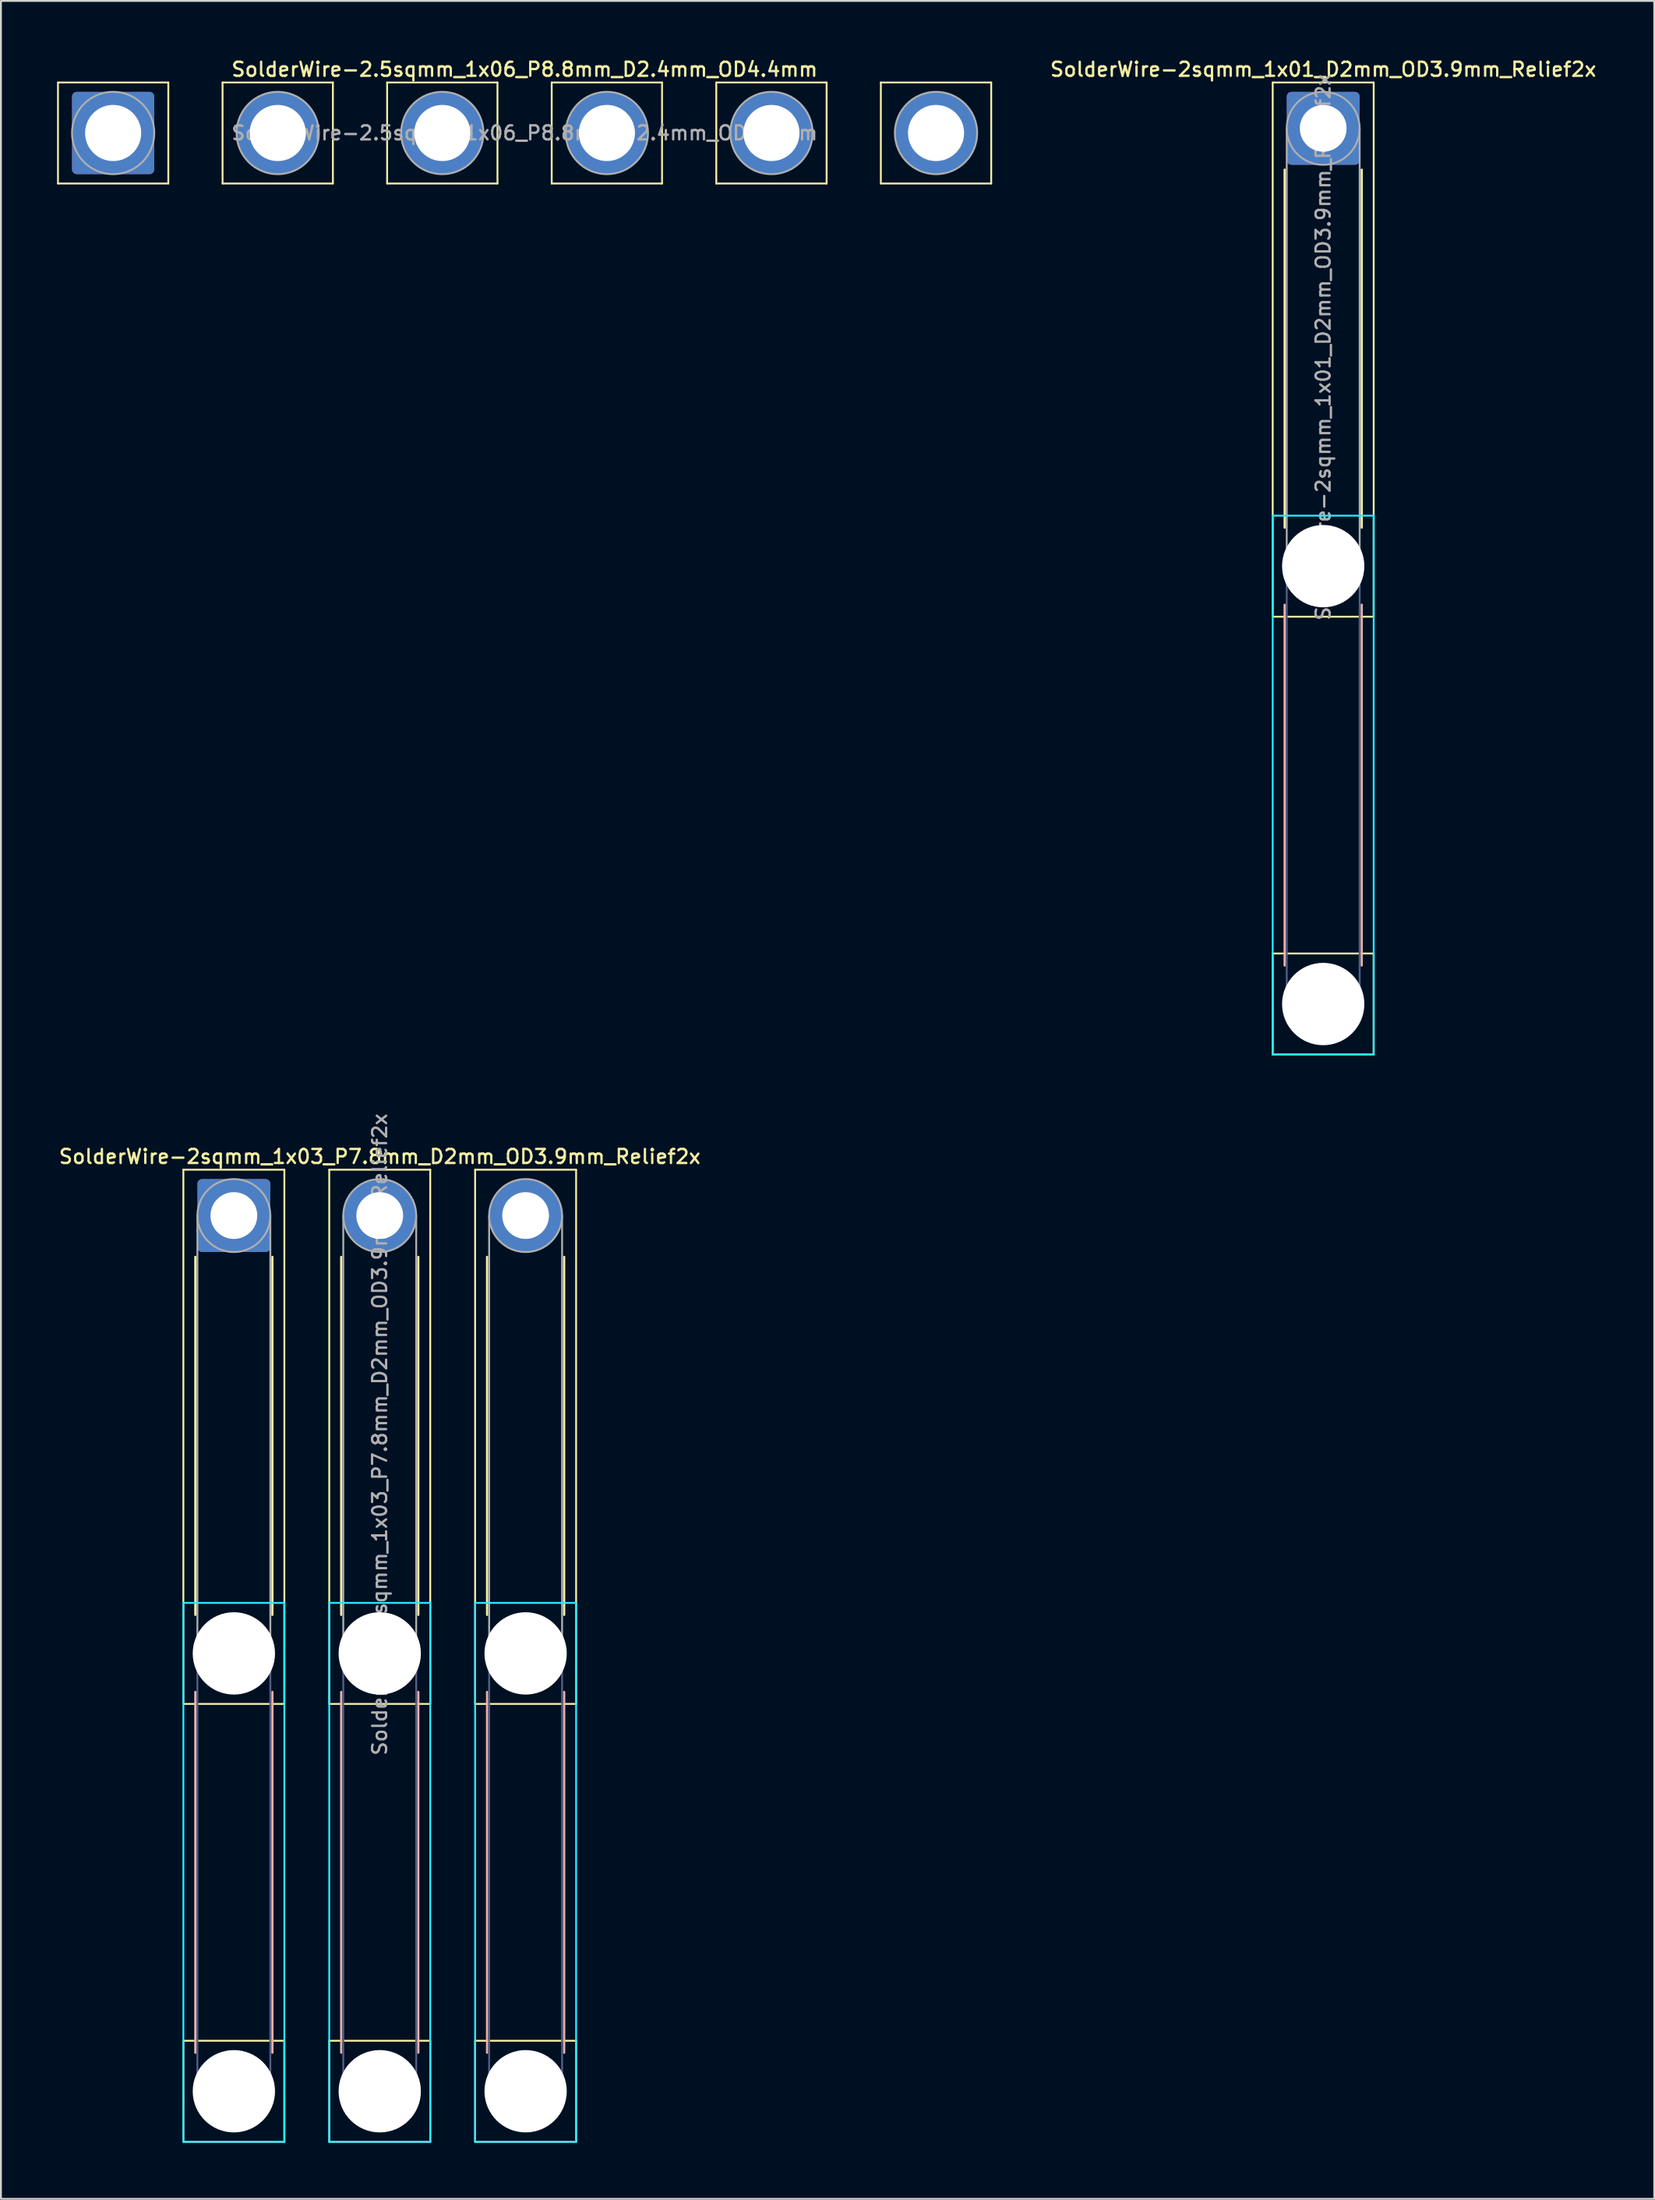
<source format=kicad_pcb>
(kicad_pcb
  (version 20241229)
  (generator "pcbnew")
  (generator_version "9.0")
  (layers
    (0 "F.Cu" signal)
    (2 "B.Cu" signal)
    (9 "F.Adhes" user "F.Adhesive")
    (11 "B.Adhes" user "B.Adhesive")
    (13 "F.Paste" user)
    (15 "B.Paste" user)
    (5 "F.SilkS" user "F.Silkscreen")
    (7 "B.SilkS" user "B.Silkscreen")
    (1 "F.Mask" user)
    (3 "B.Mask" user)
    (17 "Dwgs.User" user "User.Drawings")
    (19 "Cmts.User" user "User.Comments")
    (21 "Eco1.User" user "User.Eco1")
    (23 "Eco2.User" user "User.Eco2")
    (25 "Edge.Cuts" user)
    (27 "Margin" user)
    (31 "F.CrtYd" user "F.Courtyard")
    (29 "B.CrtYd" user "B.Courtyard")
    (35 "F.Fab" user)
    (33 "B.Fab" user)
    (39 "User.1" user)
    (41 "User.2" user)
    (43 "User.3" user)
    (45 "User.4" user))
  (footprint "SolderWire-2sqmm_1x01_D2mm_OD3.9mm_Relief2x"
    (layer "F.Cu")
    (at 67.702 3.808)
    (property "Reference" "SolderWire-2sqmm_1x01_D2mm_OD3.9mm_Relief2x" (at 0 -3.15 0) (layer "F.SilkS") (effects (font (size 0.75 0.75) (thickness 0.125))))
    (attr exclude_from_pos_files exclude_from_bom)
    (fp_line (start -2.7 -2.45) (end -2.7 26.1) (stroke (width 0.1) (type solid)) (layer "F.SilkS"))
    (fp_line (start -2.7 26.1) (end 2.7 26.1) (stroke (width 0.1) (type solid)) (layer "F.SilkS"))
    (fp_line (start -2.7 44.1) (end -2.7 49.5) (stroke (width 0.1) (type solid)) (layer "F.SilkS"))
    (fp_line (start -2.7 49.5) (end 2.7 49.5) (stroke (width 0.1) (type solid)) (layer "F.SilkS"))
    (fp_line (start -2.06 2.21) (end -2.06 21.34) (stroke (width 0.12) (type solid)) (layer "F.SilkS"))
    (fp_line (start 2.06 2.21) (end 2.06 21.34) (stroke (width 0.12) (type solid)) (layer "F.SilkS"))
    (fp_line (start 2.7 -2.45) (end -2.7 -2.45) (stroke (width 0.1) (type solid)) (layer "F.SilkS"))
    (fp_line (start 2.7 26.1) (end 2.7 -2.45) (stroke (width 0.1) (type solid)) (layer "F.SilkS"))
    (fp_line (start 2.7 44.1) (end -2.7 44.1) (stroke (width 0.1) (type solid)) (layer "F.SilkS"))
    (fp_line (start 2.7 49.5) (end 2.7 44.1) (stroke (width 0.1) (type solid)) (layer "F.SilkS"))
    (fp_line (start -2.06 25.46) (end -2.06 44.74) (stroke (width 0.12) (type solid)) (layer "B.SilkS"))
    (fp_line (start 2.06 25.46) (end 2.06 44.74) (stroke (width 0.12) (type solid)) (layer "B.SilkS"))
    (fp_line (start -2.7 20.7) (end -2.7 49.5) (stroke (width 0.1) (type solid)) (layer "B.CrtYd"))
    (fp_line (start -2.7 49.5) (end 2.7 49.5) (stroke (width 0.1) (type solid)) (layer "B.CrtYd"))
    (fp_line (start 2.7 20.7) (end -2.7 20.7) (stroke (width 0.1) (type solid)) (layer "B.CrtYd"))
    (fp_line (start 2.7 49.5) (end 2.7 20.7) (stroke (width 0.1) (type solid)) (layer "B.CrtYd"))
    (fp_line (start -1.95 23.4) (end -1.95 46.8) (stroke (width 0.1) (type solid)) (layer "B.Fab"))
    (fp_line (start 1.95 23.4) (end 1.95 46.8) (stroke (width 0.1) (type solid)) (layer "B.Fab"))
    (fp_circle (center 0 23.4) (end 1.95 23.4) (stroke (width 0.1) (type solid)) (fill no) (layer "B.Fab"))
    (fp_circle (center 0 46.8) (end 1.95 46.8) (stroke (width 0.1) (type solid)) (fill no) (layer "B.Fab"))
    (fp_line (start -1.95 0) (end -1.95 23.4) (stroke (width 0.1) (type solid)) (layer "F.Fab"))
    (fp_line (start 1.95 0) (end 1.95 23.4) (stroke (width 0.1) (type solid)) (layer "F.Fab"))
    (fp_circle (center 0 0) (end 1.95 0) (stroke (width 0.1) (type solid)) (fill no) (layer "F.Fab"))
    (fp_circle (center 0 23.4) (end 1.95 23.4) (stroke (width 0.1) (type solid)) (fill no) (layer "F.Fab"))
    (fp_circle (center 0 46.8) (end 1.95 46.8) (stroke (width 0.1) (type solid)) (fill no) (layer "F.Fab"))
    (fp_text user "${REFERENCE}" (at 0 11.7 90) (layer "F.Fab") (effects (font (size 0.75 0.75) (thickness 0.125))))
    (pad "" np_thru_hole circle (at 0 23.4) (size 4.4 4.4) (drill 4.4) (layers "*.Cu" "*.Mask"))
    (pad "" np_thru_hole circle (at 0 46.8) (size 4.4 4.4) (drill 4.4) (layers "*.Cu" "*.Mask"))
    (pad "1" thru_hole roundrect (at 0 0) (size 3.9 3.9) (drill 2.5) (layers "*.Cu" "*.Mask") (roundrect_rratio 0.064)))
  (footprint "SolderWire-2.5sqmm_1x06_P8.8mm_D2.4mm_OD4.4mm"
    (layer "F.Cu")
    (at 3 4.058)
    (property "Reference" "SolderWire-2.5sqmm_1x06_P8.8mm_D2.4mm_OD4.4mm" (at 22 -3.4 0) (layer "F.SilkS") (effects (font (size 0.75 0.75) (thickness 0.125))))
    (attr exclude_from_pos_files exclude_from_bom)
    (fp_line (start -2.95 -2.7) (end -2.95 2.7) (stroke (width 0.1) (type solid)) (layer "F.SilkS"))
    (fp_line (start -2.95 2.7) (end 2.95 2.7) (stroke (width 0.1) (type solid)) (layer "F.SilkS"))
    (fp_line (start 2.95 -2.7) (end -2.95 -2.7) (stroke (width 0.1) (type solid)) (layer "F.SilkS"))
    (fp_line (start 2.95 2.7) (end 2.95 -2.7) (stroke (width 0.1) (type solid)) (layer "F.SilkS"))
    (fp_line (start 5.85 -2.7) (end 5.85 2.7) (stroke (width 0.1) (type solid)) (layer "F.SilkS"))
    (fp_line (start 5.85 2.7) (end 11.75 2.7) (stroke (width 0.1) (type solid)) (layer "F.SilkS"))
    (fp_line (start 11.75 -2.7) (end 5.85 -2.7) (stroke (width 0.1) (type solid)) (layer "F.SilkS"))
    (fp_line (start 11.75 2.7) (end 11.75 -2.7) (stroke (width 0.1) (type solid)) (layer "F.SilkS"))
    (fp_line (start 14.65 -2.7) (end 14.65 2.7) (stroke (width 0.1) (type solid)) (layer "F.SilkS"))
    (fp_line (start 14.65 2.7) (end 20.55 2.7) (stroke (width 0.1) (type solid)) (layer "F.SilkS"))
    (fp_line (start 20.55 -2.7) (end 14.65 -2.7) (stroke (width 0.1) (type solid)) (layer "F.SilkS"))
    (fp_line (start 20.55 2.7) (end 20.55 -2.7) (stroke (width 0.1) (type solid)) (layer "F.SilkS"))
    (fp_line (start 23.45 -2.7) (end 23.45 2.7) (stroke (width 0.1) (type solid)) (layer "F.SilkS"))
    (fp_line (start 23.45 2.7) (end 29.35 2.7) (stroke (width 0.1) (type solid)) (layer "F.SilkS"))
    (fp_line (start 29.35 -2.7) (end 23.45 -2.7) (stroke (width 0.1) (type solid)) (layer "F.SilkS"))
    (fp_line (start 29.35 2.7) (end 29.35 -2.7) (stroke (width 0.1) (type solid)) (layer "F.SilkS"))
    (fp_line (start 32.25 -2.7) (end 32.25 2.7) (stroke (width 0.1) (type solid)) (layer "F.SilkS"))
    (fp_line (start 32.25 2.7) (end 38.15 2.7) (stroke (width 0.1) (type solid)) (layer "F.SilkS"))
    (fp_line (start 38.15 -2.7) (end 32.25 -2.7) (stroke (width 0.1) (type solid)) (layer "F.SilkS"))
    (fp_line (start 38.15 2.7) (end 38.15 -2.7) (stroke (width 0.1) (type solid)) (layer "F.SilkS"))
    (fp_line (start 41.05 -2.7) (end 41.05 2.7) (stroke (width 0.1) (type solid)) (layer "F.SilkS"))
    (fp_line (start 41.05 2.7) (end 46.95 2.7) (stroke (width 0.1) (type solid)) (layer "F.SilkS"))
    (fp_line (start 46.95 -2.7) (end 41.05 -2.7) (stroke (width 0.1) (type solid)) (layer "F.SilkS"))
    (fp_line (start 46.95 2.7) (end 46.95 -2.7) (stroke (width 0.1) (type solid)) (layer "F.SilkS"))
    (fp_circle (center 0 0) (end 2.2 0) (stroke (width 0.1) (type solid)) (fill no) (layer "F.Fab"))
    (fp_circle (center 8.8 0) (end 11 0) (stroke (width 0.1) (type solid)) (fill no) (layer "F.Fab"))
    (fp_circle (center 17.6 0) (end 19.8 0) (stroke (width 0.1) (type solid)) (fill no) (layer "F.Fab"))
    (fp_circle (center 26.4 0) (end 28.6 0) (stroke (width 0.1) (type solid)) (fill no) (layer "F.Fab"))
    (fp_circle (center 35.2 0) (end 37.4 0) (stroke (width 0.1) (type solid)) (fill no) (layer "F.Fab"))
    (fp_circle (center 44 0) (end 46.2 0) (stroke (width 0.1) (type solid)) (fill no) (layer "F.Fab"))
    (fp_text user "${REFERENCE}" (at 22 0 0) (layer "F.Fab") (effects (font (size 0.75 0.75) (thickness 0.125))))
    (pad "1" thru_hole roundrect (at 0 0) (size 4.4 4.4) (drill 3) (layers "*.Cu" "*.Mask") (roundrect_rratio 0.057))
    (pad "2" thru_hole circle (at 8.8 0) (size 4.4 4.4) (drill 3) (layers "*.Cu" "*.Mask"))
    (pad "3" thru_hole circle (at 17.6 0) (size 4.4 4.4) (drill 3) (layers "*.Cu" "*.Mask"))
    (pad "4" thru_hole circle (at 26.4 0) (size 4.4 4.4) (drill 3) (layers "*.Cu" "*.Mask"))
    (pad "5" thru_hole circle (at 35.2 0) (size 4.4 4.4) (drill 3) (layers "*.Cu" "*.Mask"))
    (pad "6" thru_hole circle (at 44 0) (size 4.4 4.4) (drill 3) (layers "*.Cu" "*.Mask")))
  (footprint "SolderWire-2sqmm_1x03_P7.8mm_D2mm_OD3.9mm_Relief2x"
    (layer "F.Cu")
    (at 9.455 61.913)
    (property "Reference" "SolderWire-2sqmm_1x03_P7.8mm_D2mm_OD3.9mm_Relief2x" (at 7.8 -3.15 0) (layer "F.SilkS") (effects (font (size 0.75 0.75) (thickness 0.125))))
    (attr exclude_from_pos_files exclude_from_bom)
    (fp_line (start -2.7 -2.45) (end -2.7 26.1) (stroke (width 0.1) (type solid)) (layer "F.SilkS"))
    (fp_line (start -2.7 26.1) (end 2.7 26.1) (stroke (width 0.1) (type solid)) (layer "F.SilkS"))
    (fp_line (start -2.7 44.1) (end -2.7 49.5) (stroke (width 0.1) (type solid)) (layer "F.SilkS"))
    (fp_line (start -2.7 49.5) (end 2.7 49.5) (stroke (width 0.1) (type solid)) (layer "F.SilkS"))
    (fp_line (start -2.06 2.21) (end -2.06 21.34) (stroke (width 0.12) (type solid)) (layer "F.SilkS"))
    (fp_line (start 2.06 2.21) (end 2.06 21.34) (stroke (width 0.12) (type solid)) (layer "F.SilkS"))
    (fp_line (start 2.7 -2.45) (end -2.7 -2.45) (stroke (width 0.1) (type solid)) (layer "F.SilkS"))
    (fp_line (start 2.7 26.1) (end 2.7 -2.45) (stroke (width 0.1) (type solid)) (layer "F.SilkS"))
    (fp_line (start 2.7 44.1) (end -2.7 44.1) (stroke (width 0.1) (type solid)) (layer "F.SilkS"))
    (fp_line (start 2.7 49.5) (end 2.7 44.1) (stroke (width 0.1) (type solid)) (layer "F.SilkS"))
    (fp_line (start 5.1 -2.45) (end 5.1 26.1) (stroke (width 0.1) (type solid)) (layer "F.SilkS"))
    (fp_line (start 5.1 26.1) (end 10.5 26.1) (stroke (width 0.1) (type solid)) (layer "F.SilkS"))
    (fp_line (start 5.1 44.1) (end 5.1 49.5) (stroke (width 0.1) (type solid)) (layer "F.SilkS"))
    (fp_line (start 5.1 49.5) (end 10.5 49.5) (stroke (width 0.1) (type solid)) (layer "F.SilkS"))
    (fp_line (start 5.74 2.21) (end 5.74 21.34) (stroke (width 0.12) (type solid)) (layer "F.SilkS"))
    (fp_line (start 9.86 2.21) (end 9.86 21.34) (stroke (width 0.12) (type solid)) (layer "F.SilkS"))
    (fp_line (start 10.5 -2.45) (end 5.1 -2.45) (stroke (width 0.1) (type solid)) (layer "F.SilkS"))
    (fp_line (start 10.5 26.1) (end 10.5 -2.45) (stroke (width 0.1) (type solid)) (layer "F.SilkS"))
    (fp_line (start 10.5 44.1) (end 5.1 44.1) (stroke (width 0.1) (type solid)) (layer "F.SilkS"))
    (fp_line (start 10.5 49.5) (end 10.5 44.1) (stroke (width 0.1) (type solid)) (layer "F.SilkS"))
    (fp_line (start 12.9 -2.45) (end 12.9 26.1) (stroke (width 0.1) (type solid)) (layer "F.SilkS"))
    (fp_line (start 12.9 26.1) (end 18.3 26.1) (stroke (width 0.1) (type solid)) (layer "F.SilkS"))
    (fp_line (start 12.9 44.1) (end 12.9 49.5) (stroke (width 0.1) (type solid)) (layer "F.SilkS"))
    (fp_line (start 12.9 49.5) (end 18.3 49.5) (stroke (width 0.1) (type solid)) (layer "F.SilkS"))
    (fp_line (start 13.54 2.21) (end 13.54 21.34) (stroke (width 0.12) (type solid)) (layer "F.SilkS"))
    (fp_line (start 17.66 2.21) (end 17.66 21.34) (stroke (width 0.12) (type solid)) (layer "F.SilkS"))
    (fp_line (start 18.3 -2.45) (end 12.9 -2.45) (stroke (width 0.1) (type solid)) (layer "F.SilkS"))
    (fp_line (start 18.3 26.1) (end 18.3 -2.45) (stroke (width 0.1) (type solid)) (layer "F.SilkS"))
    (fp_line (start 18.3 44.1) (end 12.9 44.1) (stroke (width 0.1) (type solid)) (layer "F.SilkS"))
    (fp_line (start 18.3 49.5) (end 18.3 44.1) (stroke (width 0.1) (type solid)) (layer "F.SilkS"))
    (fp_line (start -2.06 25.46) (end -2.06 44.74) (stroke (width 0.12) (type solid)) (layer "B.SilkS"))
    (fp_line (start 2.06 25.46) (end 2.06 44.74) (stroke (width 0.12) (type solid)) (layer "B.SilkS"))
    (fp_line (start 5.74 25.46) (end 5.74 44.74) (stroke (width 0.12) (type solid)) (layer "B.SilkS"))
    (fp_line (start 9.86 25.46) (end 9.86 44.74) (stroke (width 0.12) (type solid)) (layer "B.SilkS"))
    (fp_line (start 13.54 25.46) (end 13.54 44.74) (stroke (width 0.12) (type solid)) (layer "B.SilkS"))
    (fp_line (start 17.66 25.46) (end 17.66 44.74) (stroke (width 0.12) (type solid)) (layer "B.SilkS"))
    (fp_line (start -2.7 20.7) (end -2.7 49.5) (stroke (width 0.1) (type solid)) (layer "B.CrtYd"))
    (fp_line (start -2.7 49.5) (end 2.7 49.5) (stroke (width 0.1) (type solid)) (layer "B.CrtYd"))
    (fp_line (start 2.7 20.7) (end -2.7 20.7) (stroke (width 0.1) (type solid)) (layer "B.CrtYd"))
    (fp_line (start 2.7 49.5) (end 2.7 20.7) (stroke (width 0.1) (type solid)) (layer "B.CrtYd"))
    (fp_line (start 5.1 20.7) (end 5.1 49.5) (stroke (width 0.1) (type solid)) (layer "B.CrtYd"))
    (fp_line (start 5.1 49.5) (end 10.5 49.5) (stroke (width 0.1) (type solid)) (layer "B.CrtYd"))
    (fp_line (start 10.5 20.7) (end 5.1 20.7) (stroke (width 0.1) (type solid)) (layer "B.CrtYd"))
    (fp_line (start 10.5 49.5) (end 10.5 20.7) (stroke (width 0.1) (type solid)) (layer "B.CrtYd"))
    (fp_line (start 12.9 20.7) (end 12.9 49.5) (stroke (width 0.1) (type solid)) (layer "B.CrtYd"))
    (fp_line (start 12.9 49.5) (end 18.3 49.5) (stroke (width 0.1) (type solid)) (layer "B.CrtYd"))
    (fp_line (start 18.3 20.7) (end 12.9 20.7) (stroke (width 0.1) (type solid)) (layer "B.CrtYd"))
    (fp_line (start 18.3 49.5) (end 18.3 20.7) (stroke (width 0.1) (type solid)) (layer "B.CrtYd"))
    (fp_line (start -1.95 23.4) (end -1.95 46.8) (stroke (width 0.1) (type solid)) (layer "B.Fab"))
    (fp_line (start 1.95 23.4) (end 1.95 46.8) (stroke (width 0.1) (type solid)) (layer "B.Fab"))
    (fp_line (start 5.85 23.4) (end 5.85 46.8) (stroke (width 0.1) (type solid)) (layer "B.Fab"))
    (fp_line (start 9.75 23.4) (end 9.75 46.8) (stroke (width 0.1) (type solid)) (layer "B.Fab"))
    (fp_line (start 13.65 23.4) (end 13.65 46.8) (stroke (width 0.1) (type solid)) (layer "B.Fab"))
    (fp_line (start 17.55 23.4) (end 17.55 46.8) (stroke (width 0.1) (type solid)) (layer "B.Fab"))
    (fp_circle (center 0 23.4) (end 1.95 23.4) (stroke (width 0.1) (type solid)) (fill no) (layer "B.Fab"))
    (fp_circle (center 0 46.8) (end 1.95 46.8) (stroke (width 0.1) (type solid)) (fill no) (layer "B.Fab"))
    (fp_circle (center 7.8 23.4) (end 9.75 23.4) (stroke (width 0.1) (type solid)) (fill no) (layer "B.Fab"))
    (fp_circle (center 7.8 46.8) (end 9.75 46.8) (stroke (width 0.1) (type solid)) (fill no) (layer "B.Fab"))
    (fp_circle (center 15.6 23.4) (end 17.55 23.4) (stroke (width 0.1) (type solid)) (fill no) (layer "B.Fab"))
    (fp_circle (center 15.6 46.8) (end 17.55 46.8) (stroke (width 0.1) (type solid)) (fill no) (layer "B.Fab"))
    (fp_line (start -1.95 0) (end -1.95 23.4) (stroke (width 0.1) (type solid)) (layer "F.Fab"))
    (fp_line (start 1.95 0) (end 1.95 23.4) (stroke (width 0.1) (type solid)) (layer "F.Fab"))
    (fp_line (start 5.85 0) (end 5.85 23.4) (stroke (width 0.1) (type solid)) (layer "F.Fab"))
    (fp_line (start 9.75 0) (end 9.75 23.4) (stroke (width 0.1) (type solid)) (layer "F.Fab"))
    (fp_line (start 13.65 0) (end 13.65 23.4) (stroke (width 0.1) (type solid)) (layer "F.Fab"))
    (fp_line (start 17.55 0) (end 17.55 23.4) (stroke (width 0.1) (type solid)) (layer "F.Fab"))
    (fp_circle (center 0 0) (end 1.95 0) (stroke (width 0.1) (type solid)) (fill no) (layer "F.Fab"))
    (fp_circle (center 0 23.4) (end 1.95 23.4) (stroke (width 0.1) (type solid)) (fill no) (layer "F.Fab"))
    (fp_circle (center 0 46.8) (end 1.95 46.8) (stroke (width 0.1) (type solid)) (fill no) (layer "F.Fab"))
    (fp_circle (center 7.8 0) (end 9.75 0) (stroke (width 0.1) (type solid)) (fill no) (layer "F.Fab"))
    (fp_circle (center 7.8 23.4) (end 9.75 23.4) (stroke (width 0.1) (type solid)) (fill no) (layer "F.Fab"))
    (fp_circle (center 7.8 46.8) (end 9.75 46.8) (stroke (width 0.1) (type solid)) (fill no) (layer "F.Fab"))
    (fp_circle (center 15.6 0) (end 17.55 0) (stroke (width 0.1) (type solid)) (fill no) (layer "F.Fab"))
    (fp_circle (center 15.6 23.4) (end 17.55 23.4) (stroke (width 0.1) (type solid)) (fill no) (layer "F.Fab"))
    (fp_circle (center 15.6 46.8) (end 17.55 46.8) (stroke (width 0.1) (type solid)) (fill no) (layer "F.Fab"))
    (fp_text user "${REFERENCE}" (at 7.8 11.7 90) (layer "F.Fab") (effects (font (size 0.75 0.75) (thickness 0.125))))
    (pad "" np_thru_hole circle (at 0 23.4) (size 4.4 4.4) (drill 4.4) (layers "*.Cu" "*.Mask"))
    (pad "" np_thru_hole circle (at 0 46.8) (size 4.4 4.4) (drill 4.4) (layers "*.Cu" "*.Mask"))
    (pad "" np_thru_hole circle (at 7.8 23.4) (size 4.4 4.4) (drill 4.4) (layers "*.Cu" "*.Mask"))
    (pad "" np_thru_hole circle (at 7.8 46.8) (size 4.4 4.4) (drill 4.4) (layers "*.Cu" "*.Mask"))
    (pad "" np_thru_hole circle (at 15.6 23.4) (size 4.4 4.4) (drill 4.4) (layers "*.Cu" "*.Mask"))
    (pad "" np_thru_hole circle (at 15.6 46.8) (size 4.4 4.4) (drill 4.4) (layers "*.Cu" "*.Mask"))
    (pad "1" thru_hole roundrect (at 0 0) (size 3.9 3.9) (drill 2.5) (layers "*.Cu" "*.Mask") (roundrect_rratio 0.064))
    (pad "2" thru_hole circle (at 7.8 0) (size 3.9 3.9) (drill 2.5) (layers "*.Cu" "*.Mask"))
    (pad "3" thru_hole circle (at 15.6 0) (size 3.9 3.9) (drill 2.5) (layers "*.Cu" "*.Mask")))
  (gr_rect
    (start -3 -3)
    (end 85.404 114.463)
    (stroke (width 0.1) (type default))
    (fill no)
    (layer "Edge.Cuts")))
</source>
